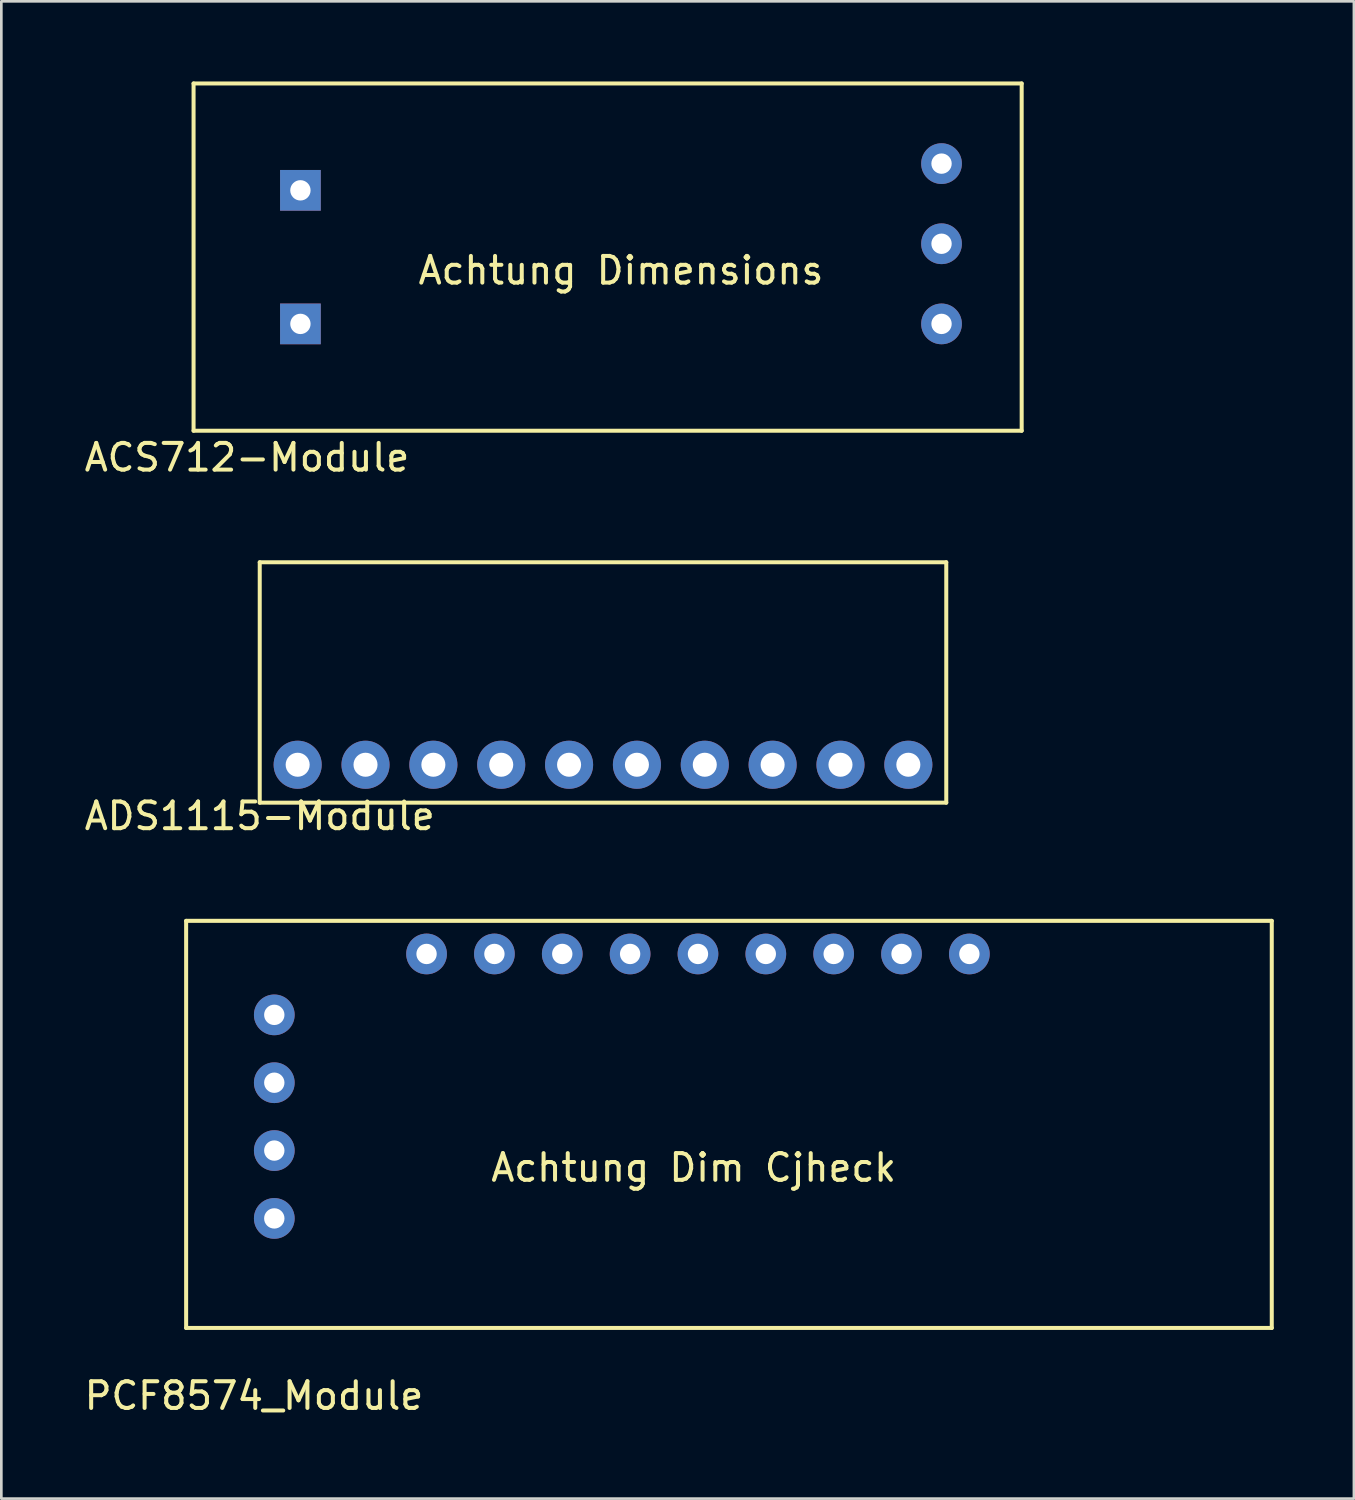
<source format=kicad_pcb>
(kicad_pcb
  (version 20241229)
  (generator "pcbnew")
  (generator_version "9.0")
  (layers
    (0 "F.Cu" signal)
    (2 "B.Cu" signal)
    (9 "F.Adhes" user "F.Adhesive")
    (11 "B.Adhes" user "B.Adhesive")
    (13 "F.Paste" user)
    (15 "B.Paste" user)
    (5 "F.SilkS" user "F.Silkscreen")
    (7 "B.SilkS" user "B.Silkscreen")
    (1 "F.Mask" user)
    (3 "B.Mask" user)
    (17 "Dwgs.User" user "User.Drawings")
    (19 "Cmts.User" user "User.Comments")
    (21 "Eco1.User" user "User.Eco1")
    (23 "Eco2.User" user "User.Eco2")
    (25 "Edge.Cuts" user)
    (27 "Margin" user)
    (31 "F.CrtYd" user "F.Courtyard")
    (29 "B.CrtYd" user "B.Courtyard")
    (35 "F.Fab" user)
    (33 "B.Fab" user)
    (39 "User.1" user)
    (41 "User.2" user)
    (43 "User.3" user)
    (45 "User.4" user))
  (footprint "ADS1115-Module"
    (layer "F.Cu")
    (at 6.673 26.998)
    (property "Reference" "ADS1115-Module" (at 0 0.5 0) (layer "F.SilkS") (effects (font (size 1 1) (thickness 0.15))))
    (attr through_hole)
    (fp_line (start 0 -9) (end 0 0) (stroke (width 0.15) (type solid)) (layer "F.SilkS"))
    (fp_line (start 0 0) (end 25.7 0) (stroke (width 0.15) (type solid)) (layer "F.SilkS"))
    (fp_line (start 25.7 -9) (end 0 -9) (stroke (width 0.15) (type solid)) (layer "F.SilkS"))
    (fp_line (start 25.7 0) (end 25.7 -9) (stroke (width 0.15) (type solid)) (layer "F.SilkS"))
    (pad "1" thru_hole circle (at 1.42 -1.42) (size 1.8 1.8) (drill 0.9) (layers "*.Cu" "*.Mask"))
    (pad "2" thru_hole circle (at 3.96 -1.42) (size 1.8 1.8) (drill 0.9) (layers "*.Cu" "*.Mask"))
    (pad "3" thru_hole circle (at 6.5 -1.42) (size 1.8 1.8) (drill 0.9) (layers "*.Cu" "*.Mask"))
    (pad "4" thru_hole circle (at 9.04 -1.42) (size 1.8 1.8) (drill 0.9) (layers "*.Cu" "*.Mask"))
    (pad "5" thru_hole circle (at 11.58 -1.42) (size 1.8 1.8) (drill 0.9) (layers "*.Cu" "*.Mask"))
    (pad "6" thru_hole circle (at 14.12 -1.42) (size 1.8 1.8) (drill 0.9) (layers "*.Cu" "*.Mask"))
    (pad "7" thru_hole circle (at 16.66 -1.42) (size 1.8 1.8) (drill 0.9) (layers "*.Cu" "*.Mask"))
    (pad "8" thru_hole circle (at 19.2 -1.42) (size 1.8 1.8) (drill 0.9) (layers "*.Cu" "*.Mask"))
    (pad "9" thru_hole circle (at 21.74 -1.42) (size 1.8 1.8) (drill 0.9) (layers "*.Cu" "*.Mask"))
    (pad "10" thru_hole circle (at 24.28 -1.42) (size 1.8 1.8) (drill 0.9) (layers "*.Cu" "*.Mask")))
  (footprint "ACS712-Module"
    (layer "F.Cu")
    (at 4.196 13.075)
    (property "Reference" "ACS712-Module" (at 2 1 0) (layer "F.SilkS") (effects (font (size 1 1) (thickness 0.15))))
    (attr through_hole)
    (fp_line (start 0 -13) (end 31 -13) (stroke (width 0.15) (type solid)) (layer "F.SilkS"))
    (fp_line (start 0 0) (end 0 -13) (stroke (width 0.15) (type solid)) (layer "F.SilkS"))
    (fp_line (start 31 -13) (end 31 0) (stroke (width 0.15) (type solid)) (layer "F.SilkS"))
    (fp_line (start 31 0) (end 0 0) (stroke (width 0.15) (type solid)) (layer "F.SilkS"))
    (fp_text user "Achtung Dimensions" (at 16 -6 0) (layer "F.SilkS") (effects (font (size 1 1) (thickness 0.15))))
    (pad "1" thru_hole rect (at 4 -9) (size 1.524 1.524) (drill 0.762) (layers "*.Cu" "*.Mask"))
    (pad "2" thru_hole trapezoid (at 4 -4) (size 1.524 1.524) (drill 0.762) (layers "*.Cu" "*.Mask"))
    (pad "3" thru_hole circle (at 28 -10) (size 1.524 1.524) (drill 0.762) (layers "*.Cu" "*.Mask"))
    (pad "4" thru_hole circle (at 28 -7) (size 1.524 1.524) (drill 0.762) (layers "*.Cu" "*.Mask"))
    (pad "5" thru_hole circle (at 28 -4) (size 1.524 1.524) (drill 0.762) (layers "*.Cu" "*.Mask")))
  (footprint "PCF8574_Module"
    (layer "F.Cu")
    (at 3.918 46.661)
    (property "Reference" "PCF8574_Module" (at 2.54 2.54 0) (layer "F.SilkS") (effects (font (size 1 1) (thickness 0.15))))
    (attr through_hole)
    (fp_line (start 0 -15.24) (end 40.64 -15.24) (stroke (width 0.15) (type solid)) (layer "F.SilkS"))
    (fp_line (start 0 0) (end 0 -15.24) (stroke (width 0.15) (type solid)) (layer "F.SilkS"))
    (fp_line (start 40.64 -15.24) (end 40.64 0) (stroke (width 0.15) (type solid)) (layer "F.SilkS"))
    (fp_line (start 40.64 0) (end 0 0) (stroke (width 0.15) (type solid)) (layer "F.SilkS"))
    (fp_text user "Achtung Dim Cjheck" (at 19 -6 0) (layer "F.SilkS") (effects (font (size 1 1) (thickness 0.15))))
    (pad "4" thru_hole circle (at 3.3 -4.1) (size 1.524 1.524) (drill 0.762) (layers "*.Cu" "*.Mask"))
    (pad "5" thru_hole circle (at 9 -14) (size 1.524 1.524) (drill 0.762) (layers "*.Cu" "*.Mask"))
    (pad "6" thru_hole circle (at 11.54 -14) (size 1.524 1.524) (drill 0.762) (layers "*.Cu" "*.Mask"))
    (pad "7" thru_hole circle (at 14.08 -14) (size 1.524 1.524) (drill 0.762) (layers "*.Cu" "*.Mask"))
    (pad "8" thru_hole circle (at 16.62 -14) (size 1.524 1.524) (drill 0.762) (layers "*.Cu" "*.Mask"))
    (pad "9" thru_hole circle (at 19.16 -14) (size 1.524 1.524) (drill 0.762) (layers "*.Cu" "*.Mask"))
    (pad "10" thru_hole circle (at 21.7 -14) (size 1.524 1.524) (drill 0.762) (layers "*.Cu" "*.Mask"))
    (pad "11" thru_hole circle (at 24.24 -14) (size 1.524 1.524) (drill 0.762) (layers "*.Cu" "*.Mask"))
    (pad "12" thru_hole circle (at 26.78 -14) (size 1.524 1.524) (drill 0.762) (layers "*.Cu" "*.Mask"))
    (pad "13" thru_hole circle (at 29.32 -14) (size 1.524 1.524) (drill 0.762) (layers "*.Cu" "*.Mask"))
    (pad "14" thru_hole circle (at 3.3 -6.64) (size 1.524 1.524) (drill 0.762) (layers "*.Cu" "*.Mask"))
    (pad "15" thru_hole circle (at 3.3 -9.18) (size 1.524 1.524) (drill 0.762) (layers "*.Cu" "*.Mask"))
    (pad "16" thru_hole circle (at 3.3 -11.72) (size 1.524 1.524) (drill 0.762) (layers "*.Cu" "*.Mask")))
  (gr_rect
    (start -3 -3)
    (end 47.633 53.05)
    (stroke (width 0.1) (type default))
    (fill no)
    (layer "Edge.Cuts")))
</source>
